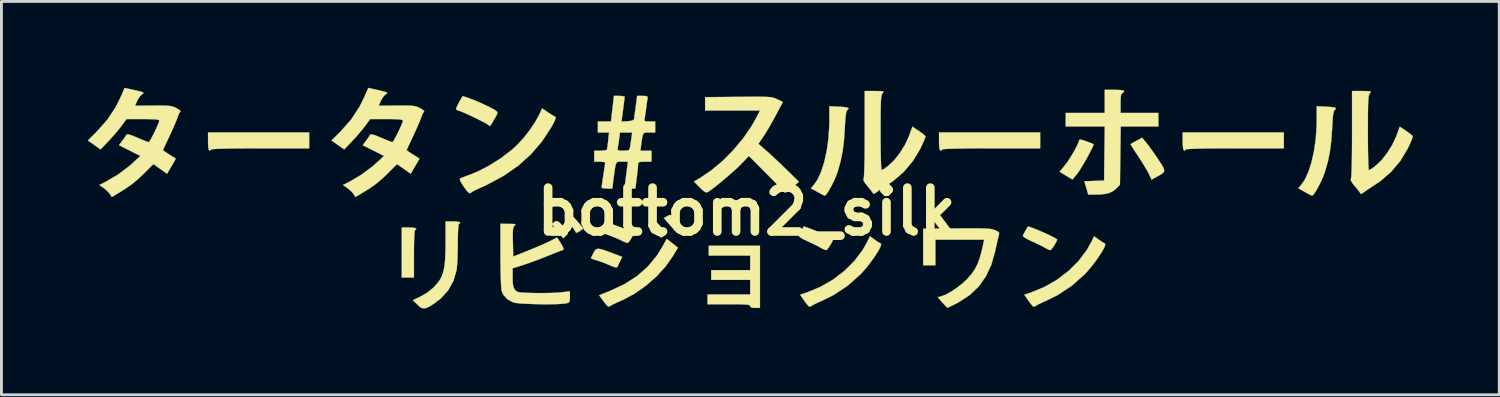
<source format=kicad_pcb>
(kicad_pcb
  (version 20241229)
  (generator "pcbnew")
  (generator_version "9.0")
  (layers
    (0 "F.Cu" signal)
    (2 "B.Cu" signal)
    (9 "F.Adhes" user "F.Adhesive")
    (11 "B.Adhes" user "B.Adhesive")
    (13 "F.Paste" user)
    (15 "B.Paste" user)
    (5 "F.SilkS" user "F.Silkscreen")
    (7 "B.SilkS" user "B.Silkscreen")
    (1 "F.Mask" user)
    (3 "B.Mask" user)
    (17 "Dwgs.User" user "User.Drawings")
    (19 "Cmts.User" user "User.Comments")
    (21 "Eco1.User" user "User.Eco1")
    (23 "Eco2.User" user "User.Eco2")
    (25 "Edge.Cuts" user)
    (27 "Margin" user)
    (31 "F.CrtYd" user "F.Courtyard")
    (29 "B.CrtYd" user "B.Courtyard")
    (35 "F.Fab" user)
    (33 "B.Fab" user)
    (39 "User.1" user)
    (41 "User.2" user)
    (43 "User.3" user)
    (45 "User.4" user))
  (footprint "bottom2_silk"
    (layer "F.Cu")
    (at 22.89 4.304)
    (property "Reference" "bottom2_silk" (at 0 0 0) (layer "F.SilkS") (effects (font (size 1.524 1.524) (thickness 0.3))))
    (attr through_hole)
    (fp_poly (pts (xy -11.591 0.557) (xy -11.499 0.574) (xy -11.472 0.593) (xy -11.505 0.634) (xy -11.515 0.635) (xy -11.53 0.676) (xy -11.543 0.797) (xy -11.551 0.993) (xy -11.556 1.258) (xy -11.557 1.46) (xy -11.557 2.286) (xy -11.98 2.286) (xy -11.98 0.55) (xy -11.726 0.55) (xy -11.591 0.557)) (stroke (width 0.01) (type solid)) (fill yes) (layer "F.SilkS"))
    (fp_poly (pts (xy -6.559 0.334) (xy -6.483 0.396) (xy -6.464 0.413) (xy -6.36 0.521) (xy -6.27 0.63) (xy -6.263 0.64) (xy -6.212 0.719) (xy -6.214 0.77) (xy -6.272 0.833) (xy -6.277 0.838) (xy -6.371 0.926) (xy -6.77 0.426) (xy -6.678 0.361) (xy -6.613 0.325) (xy -6.559 0.334)) (stroke (width 0.01) (type solid)) (fill yes) (layer "F.SilkS"))
    (fp_poly (pts (xy -15.198 -2.201) (xy -16.889 -2.201) (xy -17.352 -2.2) (xy -17.748 -2.197) (xy -18.072 -2.192) (xy -18.323 -2.185) (xy -18.496 -2.176) (xy -18.59 -2.165) (xy -18.605 -2.159) (xy -18.652 -2.114) (xy -18.686 -2.152) (xy -18.706 -2.27) (xy -18.711 -2.434) (xy -18.711 -2.752) (xy -15.198 -2.752) (xy -15.198 -2.201)) (stroke (width 0.01) (type solid)) (fill yes) (layer "F.SilkS"))
    (fp_poly (pts (xy 10.202 -2.201) (xy 8.511 -2.201) (xy 8.048 -2.2) (xy 7.652 -2.197) (xy 7.328 -2.192) (xy 7.077 -2.185) (xy 6.904 -2.176) (xy 6.81 -2.165) (xy 6.795 -2.159) (xy 6.748 -2.114) (xy 6.714 -2.152) (xy 6.694 -2.27) (xy 6.689 -2.434) (xy 6.689 -2.752) (xy 10.202 -2.752) (xy 10.202 -2.201)) (stroke (width 0.01) (type solid)) (fill yes) (layer "F.SilkS"))
    (fp_poly (pts (xy 18.669 -2.201) (xy 16.978 -2.201) (xy 16.514 -2.2) (xy 16.119 -2.197) (xy 15.794 -2.192) (xy 15.544 -2.185) (xy 15.37 -2.176) (xy 15.277 -2.165) (xy 15.261 -2.159) (xy 15.214 -2.114) (xy 15.181 -2.152) (xy 15.161 -2.27) (xy 15.155 -2.434) (xy 15.155 -2.752) (xy 18.669 -2.752) (xy 18.669 -2.201)) (stroke (width 0.01) (type solid)) (fill yes) (layer "F.SilkS"))
    (fp_poly (pts (xy -6.023 0.18) (xy -5.94 0.266) (xy -5.845 0.378) (xy -5.671 0.586) (xy -5.799 0.677) (xy -5.88 0.726) (xy -5.924 0.734) (xy -5.927 0.728) (xy -5.951 0.677) (xy -6.016 0.582) (xy -6.095 0.477) (xy -6.185 0.361) (xy -6.228 0.291) (xy -6.229 0.246) (xy -6.197 0.205) (xy -6.182 0.192) (xy -6.129 0.151) (xy -6.081 0.144) (xy -6.023 0.18)) (stroke (width 0.01) (type solid)) (fill yes) (layer "F.SilkS"))
    (fp_poly (pts (xy -3.153 0.343) (xy -3.071 0.425) (xy -3.001 0.5) (xy -2.9 0.615) (xy -2.826 0.707) (xy -2.794 0.758) (xy -2.794 0.76) (xy -2.826 0.806) (xy -2.892 0.859) (xy -2.945 0.888) (xy -2.99 0.887) (xy -3.044 0.846) (xy -3.124 0.754) (xy -3.186 0.677) (xy -3.382 0.432) (xy -3.295 0.354) (xy -3.248 0.316) (xy -3.206 0.309) (xy -3.153 0.343)) (stroke (width 0.01) (type solid)) (fill yes) (layer "F.SilkS"))
    (fp_poly (pts (xy -2.583 0.157) (xy -2.501 0.248) (xy -2.469 0.287) (xy -2.356 0.424) (xy -2.292 0.513) (xy -2.272 0.57) (xy -2.291 0.609) (xy -2.343 0.648) (xy -2.343 0.648) (xy -2.396 0.678) (xy -2.442 0.678) (xy -2.498 0.64) (xy -2.582 0.554) (xy -2.657 0.469) (xy -2.871 0.226) (xy -2.754 0.156) (xy -2.687 0.121) (xy -2.637 0.118) (xy -2.583 0.157)) (stroke (width 0.01) (type solid)) (fill yes) (layer "F.SilkS"))
    (fp_poly (pts (xy 0.466 3.344) (xy 0.296 3.344) (xy 0.179 3.334) (xy 0.13 3.299) (xy 0.127 3.281) (xy 0.116 3.258) (xy 0.076 3.241) (xy -0.003 3.229) (xy -0.134 3.222) (xy -0.327 3.218) (xy -0.592 3.217) (xy -0.614 3.217) (xy -1.355 3.217) (xy -1.355 2.879) (xy 0.127 2.879) (xy 0.127 2.371) (xy -1.228 2.371) (xy -1.228 2.032) (xy 0.127 2.032) (xy 0.127 1.524) (xy -1.312 1.524) (xy -1.312 1.185) (xy 0.466 1.185) (xy 0.466 3.344)) (stroke (width 0.01) (type solid)) (fill yes) (layer "F.SilkS"))
    (fp_poly (pts (xy -5.063 1.303) (xy -4.92 1.347) (xy -4.716 1.422) (xy -4.647 1.448) (xy -4.32 1.573) (xy -4.398 1.728) (xy -4.451 1.838) (xy -4.487 1.917) (xy -4.492 1.93) (xy -4.538 1.939) (xy -4.645 1.908) (xy -4.763 1.858) (xy -4.934 1.786) (xy -5.112 1.721) (xy -5.218 1.688) (xy -5.332 1.653) (xy -5.399 1.623) (xy -5.408 1.611) (xy -5.382 1.562) (xy -5.334 1.466) (xy -5.314 1.427) (xy -5.271 1.352) (xy -5.224 1.306) (xy -5.16 1.29) (xy -5.063 1.303)) (stroke (width 0.01) (type solid)) (fill yes) (layer "F.SilkS"))
    (fp_poly (pts (xy -4.421 0.527) (xy -4.205 0.604) (xy -4.059 0.661) (xy -3.972 0.705) (xy -3.933 0.747) (xy -3.934 0.795) (xy -3.964 0.858) (xy -3.992 0.907) (xy -4.057 1.01) (xy -4.112 1.075) (xy -4.128 1.085) (xy -4.189 1.074) (xy -4.289 1.032) (xy -4.318 1.017) (xy -4.441 0.957) (xy -4.602 0.888) (xy -4.72 0.842) (xy -4.853 0.792) (xy -4.949 0.755) (xy -4.986 0.74) (xy -4.974 0.702) (xy -4.93 0.615) (xy -4.9 0.561) (xy -4.803 0.39) (xy -4.421 0.527)) (stroke (width 0.01) (type solid)) (fill yes) (layer "F.SilkS"))
    (fp_poly (pts (xy -2.386 1.252) (xy -2.558 1.542) (xy -2.813 1.905) (xy -3.134 2.256) (xy -3.502 2.577) (xy -3.899 2.855) (xy -4.305 3.071) (xy -4.372 3.1) (xy -4.527 3.168) (xy -4.656 3.231) (xy -4.735 3.277) (xy -4.741 3.282) (xy -4.783 3.303) (xy -4.831 3.281) (xy -4.899 3.206) (xy -4.963 3.121) (xy -5.122 2.904) (xy -4.756 2.759) (xy -4.245 2.522) (xy -3.804 2.239) (xy -3.427 1.906) (xy -3.111 1.521) (xy -2.921 1.215) (xy -2.773 0.945) (xy -2.386 1.252)) (stroke (width 0.01) (type solid)) (fill yes) (layer "F.SilkS"))
    (fp_poly (pts (xy 11.68 -2.487) (xy 11.8 -2.446) (xy 11.931 -2.397) (xy 12.024 -2.36) (xy 12.058 -2.345) (xy 12.05 -2.303) (xy 12.006 -2.204) (xy 11.936 -2.065) (xy 11.848 -1.902) (xy 11.751 -1.731) (xy 11.655 -1.567) (xy 11.566 -1.426) (xy 11.496 -1.325) (xy 11.484 -1.31) (xy 11.324 -1.117) (xy 10.878 -1.385) (xy 11.065 -1.613) (xy 11.162 -1.743) (xy 11.267 -1.905) (xy 11.37 -2.078) (xy 11.46 -2.244) (xy 11.526 -2.383) (xy 11.556 -2.475) (xy 11.557 -2.486) (xy 11.587 -2.506) (xy 11.68 -2.487)) (stroke (width 0.01) (type solid)) (fill yes) (layer "F.SilkS"))
    (fp_poly (pts (xy 13.882 -2.405) (xy 13.962 -2.301) (xy 14.073 -2.15) (xy 14.198 -1.972) (xy 14.292 -1.833) (xy 14.413 -1.651) (xy 14.488 -1.524) (xy 14.516 -1.437) (xy 14.497 -1.372) (xy 14.43 -1.314) (xy 14.315 -1.246) (xy 14.266 -1.219) (xy 14.076 -1.112) (xy 13.979 -1.315) (xy 13.914 -1.435) (xy 13.817 -1.601) (xy 13.7 -1.787) (xy 13.607 -1.929) (xy 13.501 -2.091) (xy 13.415 -2.224) (xy 13.36 -2.314) (xy 13.344 -2.348) (xy 13.385 -2.371) (xy 13.476 -2.422) (xy 13.55 -2.462) (xy 13.744 -2.569) (xy 13.882 -2.405)) (stroke (width 0.01) (type solid)) (fill yes) (layer "F.SilkS"))
    (fp_poly (pts (xy 2.171 0.575) (xy 2.302 0.626) (xy 2.459 0.692) (xy 2.625 0.767) (xy 2.78 0.841) (xy 2.907 0.906) (xy 2.987 0.952) (xy 3.005 0.97) (xy 2.983 1.031) (xy 2.93 1.127) (xy 2.865 1.229) (xy 2.805 1.309) (xy 2.773 1.337) (xy 2.712 1.323) (xy 2.616 1.276) (xy 2.589 1.26) (xy 2.482 1.201) (xy 2.328 1.125) (xy 2.155 1.045) (xy 2.124 1.031) (xy 1.966 0.955) (xy 1.858 0.89) (xy 1.813 0.843) (xy 1.813 0.836) (xy 1.843 0.767) (xy 1.9 0.665) (xy 1.91 0.648) (xy 1.993 0.513) (xy 2.171 0.575)) (stroke (width 0.01) (type solid)) (fill yes) (layer "F.SilkS"))
    (fp_poly (pts (xy 9.961 0.575) (xy 10.092 0.626) (xy 10.249 0.692) (xy 10.414 0.767) (xy 10.569 0.841) (xy 10.696 0.906) (xy 10.776 0.952) (xy 10.794 0.97) (xy 10.772 1.031) (xy 10.719 1.127) (xy 10.654 1.229) (xy 10.594 1.309) (xy 10.562 1.337) (xy 10.502 1.323) (xy 10.405 1.276) (xy 10.379 1.26) (xy 10.272 1.201) (xy 10.117 1.125) (xy 9.945 1.045) (xy 9.913 1.031) (xy 9.755 0.955) (xy 9.647 0.89) (xy 9.603 0.843) (xy 9.602 0.836) (xy 9.633 0.767) (xy 9.689 0.665) (xy 9.7 0.648) (xy 9.783 0.513) (xy 9.961 0.575)) (stroke (width 0.01) (type solid)) (fill yes) (layer "F.SilkS"))
    (fp_poly (pts (xy -9.64 -3.94) (xy -9.478 -3.879) (xy -9.289 -3.799) (xy -9.094 -3.711) (xy -8.916 -3.625) (xy -8.777 -3.551) (xy -8.706 -3.506) (xy -8.667 -3.469) (xy -8.658 -3.426) (xy -8.684 -3.356) (xy -8.75 -3.239) (xy -8.764 -3.215) (xy -8.842 -3.081) (xy -8.889 -3.006) (xy -8.915 -2.977) (xy -8.934 -2.981) (xy -8.956 -3.003) (xy -9.016 -3.043) (xy -9.134 -3.108) (xy -9.291 -3.189) (xy -9.467 -3.276) (xy -9.642 -3.36) (xy -9.798 -3.43) (xy -9.915 -3.479) (xy -9.959 -3.494) (xy -10.05 -3.525) (xy -10.094 -3.553) (xy -10.085 -3.602) (xy -10.041 -3.701) (xy -9.989 -3.8) (xy -9.864 -4.017) (xy -9.64 -3.94)) (stroke (width 0.01) (type solid)) (fill yes) (layer "F.SilkS"))
    (fp_poly (pts (xy 4.454 0.975) (xy 4.561 1.05) (xy 4.644 1.1) (xy 4.667 1.111) (xy 4.677 1.153) (xy 4.64 1.248) (xy 4.567 1.382) (xy 4.464 1.543) (xy 4.34 1.719) (xy 4.204 1.897) (xy 4.064 2.064) (xy 3.958 2.178) (xy 3.512 2.574) (xy 3.026 2.896) (xy 2.646 3.084) (xy 2.484 3.156) (xy 2.347 3.223) (xy 2.259 3.273) (xy 2.243 3.284) (xy 2.202 3.304) (xy 2.156 3.283) (xy 2.09 3.209) (xy 2.021 3.112) (xy 1.862 2.886) (xy 2.085 2.813) (xy 2.556 2.62) (xy 2.999 2.366) (xy 3.402 2.058) (xy 3.753 1.708) (xy 4.041 1.324) (xy 4.193 1.052) (xy 4.288 0.855) (xy 4.454 0.975)) (stroke (width 0.01) (type solid)) (fill yes) (layer "F.SilkS"))
    (fp_poly (pts (xy 12.243 0.975) (xy 12.351 1.05) (xy 12.434 1.1) (xy 12.456 1.111) (xy 12.466 1.153) (xy 12.43 1.248) (xy 12.356 1.382) (xy 12.253 1.543) (xy 12.129 1.719) (xy 11.993 1.897) (xy 11.853 2.064) (xy 11.748 2.178) (xy 11.301 2.574) (xy 10.815 2.896) (xy 10.435 3.084) (xy 10.273 3.156) (xy 10.137 3.223) (xy 10.048 3.273) (xy 10.033 3.284) (xy 9.991 3.304) (xy 9.945 3.283) (xy 9.88 3.209) (xy 9.81 3.112) (xy 9.652 2.886) (xy 9.874 2.813) (xy 10.346 2.62) (xy 10.789 2.366) (xy 11.192 2.058) (xy 11.543 1.708) (xy 11.83 1.324) (xy 11.982 1.052) (xy 12.078 0.855) (xy 12.243 0.975)) (stroke (width 0.01) (type solid)) (fill yes) (layer "F.SilkS"))
    (fp_poly (pts (xy 12.959 -4.228) (xy 13.076 -4.214) (xy 13.123 -4.192) (xy 13.123 -4.19) (xy 13.09 -4.138) (xy 13.06 -4.122) (xy 13.026 -4.088) (xy 13.006 -4.009) (xy 12.997 -3.869) (xy 12.996 -3.763) (xy 12.996 -3.429) (xy 14.309 -3.429) (xy 14.309 -2.963) (xy 13.001 -2.963) (xy 12.988 -1.95) (xy 12.975 -0.937) (xy 12.851 -0.807) (xy 12.716 -0.7) (xy 12.549 -0.632) (xy 12.33 -0.599) (xy 12.15 -0.593) (xy 11.874 -0.593) (xy 11.806 -0.824) (xy 11.738 -1.055) (xy 12.082 -1.067) (xy 12.425 -1.079) (xy 12.436 -2.021) (xy 12.448 -2.963) (xy 11.091 -2.963) (xy 11.091 -3.429) (xy 12.446 -3.429) (xy 12.446 -4.233) (xy 12.785 -4.233) (xy 12.959 -4.228)) (stroke (width 0.01) (type solid)) (fill yes) (layer "F.SilkS"))
    (fp_poly (pts (xy 3.164 -3.649) (xy 3.364 -3.637) (xy 3.487 -3.621) (xy 3.542 -3.598) (xy 3.536 -3.566) (xy 3.51 -3.542) (xy 3.481 -3.504) (xy 3.459 -3.43) (xy 3.441 -3.307) (xy 3.427 -3.122) (xy 3.415 -2.9) (xy 3.385 -2.47) (xy 3.339 -2.098) (xy 3.27 -1.758) (xy 3.176 -1.422) (xy 3.153 -1.353) (xy 3.093 -1.194) (xy 3.016 -1.023) (xy 2.931 -0.856) (xy 2.848 -0.712) (xy 2.776 -0.606) (xy 2.726 -0.557) (xy 2.717 -0.555) (xy 2.667 -0.577) (xy 2.568 -0.629) (xy 2.463 -0.686) (xy 2.237 -0.813) (xy 2.32 -0.904) (xy 2.464 -1.108) (xy 2.591 -1.384) (xy 2.699 -1.719) (xy 2.784 -2.101) (xy 2.843 -2.517) (xy 2.874 -2.956) (xy 2.878 -3.175) (xy 2.878 -3.662) (xy 3.164 -3.649)) (stroke (width 0.01) (type solid)) (fill yes) (layer "F.SilkS"))
    (fp_poly (pts (xy 20.098 -3.649) (xy 20.297 -3.637) (xy 20.42 -3.621) (xy 20.475 -3.598) (xy 20.47 -3.566) (xy 20.443 -3.542) (xy 20.414 -3.504) (xy 20.392 -3.43) (xy 20.375 -3.307) (xy 20.36 -3.122) (xy 20.348 -2.9) (xy 20.319 -2.47) (xy 20.272 -2.098) (xy 20.204 -1.758) (xy 20.109 -1.422) (xy 20.087 -1.353) (xy 20.026 -1.194) (xy 19.949 -1.023) (xy 19.864 -0.856) (xy 19.781 -0.712) (xy 19.71 -0.606) (xy 19.659 -0.557) (xy 19.65 -0.555) (xy 19.601 -0.577) (xy 19.501 -0.629) (xy 19.396 -0.686) (xy 19.171 -0.813) (xy 19.254 -0.904) (xy 19.397 -1.108) (xy 19.524 -1.384) (xy 19.632 -1.719) (xy 19.717 -2.101) (xy 19.777 -2.517) (xy 19.808 -2.956) (xy 19.812 -3.175) (xy 19.812 -3.662) (xy 20.098 -3.649)) (stroke (width 0.01) (type solid)) (fill yes) (layer "F.SilkS"))
    (fp_poly (pts (xy -10.067 0.345) (xy -9.975 0.362) (xy -9.948 0.381) (xy -9.981 0.422) (xy -9.991 0.423) (xy -10.007 0.465) (xy -10.02 0.584) (xy -10.029 0.775) (xy -10.033 1.031) (xy -10.033 1.116) (xy -10.036 1.37) (xy -10.043 1.612) (xy -10.054 1.822) (xy -10.068 1.979) (xy -10.076 2.034) (xy -10.185 2.406) (xy -10.365 2.731) (xy -10.616 3.01) (xy -10.864 3.199) (xy -11.035 3.304) (xy -11.16 3.356) (xy -11.258 3.358) (xy -11.349 3.311) (xy -11.436 3.231) (xy -11.59 3.076) (xy -11.345 2.96) (xy -11.086 2.809) (xy -10.857 2.62) (xy -10.683 2.415) (xy -10.665 2.387) (xy -10.592 2.25) (xy -10.538 2.097) (xy -10.499 1.915) (xy -10.474 1.689) (xy -10.461 1.405) (xy -10.457 1.069) (xy -10.456 0.339) (xy -10.202 0.339) (xy -10.067 0.345)) (stroke (width 0.01) (type solid)) (fill yes) (layer "F.SilkS"))
    (fp_poly (pts (xy -6.898 -3.449) (xy -6.778 -3.371) (xy -6.682 -3.313) (xy -6.641 -3.293) (xy -6.633 -3.248) (xy -6.676 -3.137) (xy -6.769 -2.96) (xy -6.776 -2.946) (xy -7.105 -2.444) (xy -7.49 -1.995) (xy -7.936 -1.595) (xy -8.448 -1.241) (xy -9.03 -0.928) (xy -9.313 -0.801) (xy -9.446 -0.739) (xy -9.548 -0.681) (xy -9.588 -0.649) (xy -9.625 -0.64) (xy -9.684 -0.686) (xy -9.773 -0.796) (xy -9.814 -0.853) (xy -9.898 -0.981) (xy -9.951 -1.082) (xy -9.965 -1.139) (xy -9.962 -1.143) (xy -9.902 -1.175) (xy -9.796 -1.216) (xy -9.758 -1.229) (xy -9.36 -1.384) (xy -8.945 -1.598) (xy -8.54 -1.854) (xy -8.17 -2.136) (xy -7.958 -2.329) (xy -7.74 -2.567) (xy -7.527 -2.841) (xy -7.339 -3.122) (xy -7.196 -3.383) (xy -7.182 -3.413) (xy -7.104 -3.587) (xy -6.898 -3.449)) (stroke (width 0.01) (type solid)) (fill yes) (layer "F.SilkS"))
    (fp_poly (pts (xy 8.149 0.582) (xy 8.312 0.587) (xy 8.433 0.596) (xy 8.522 0.609) (xy 8.59 0.627) (xy 8.633 0.643) (xy 8.736 0.692) (xy 8.777 0.737) (xy 8.772 0.803) (xy 8.764 0.833) (xy 8.739 0.926) (xy 8.704 1.076) (xy 8.663 1.26) (xy 8.64 1.371) (xy 8.507 1.842) (xy 8.315 2.252) (xy 8.063 2.605) (xy 7.749 2.902) (xy 7.37 3.148) (xy 7.338 3.165) (xy 7.186 3.243) (xy 7.064 3.303) (xy 6.991 3.336) (xy 6.979 3.34) (xy 6.945 3.309) (xy 6.873 3.232) (xy 6.804 3.155) (xy 6.644 2.973) (xy 6.762 2.944) (xy 6.92 2.884) (xy 7.114 2.776) (xy 7.321 2.638) (xy 7.517 2.483) (xy 7.665 2.343) (xy 7.816 2.171) (xy 7.936 1.999) (xy 8.032 1.809) (xy 8.113 1.583) (xy 8.186 1.303) (xy 8.237 1.069) (xy 8.257 0.974) (xy 6.562 0.974) (xy 6.562 1.863) (xy 6.138 1.863) (xy 6.138 0.595) (xy 7.302 0.583) (xy 7.655 0.58) (xy 7.934 0.58) (xy 8.149 0.582)) (stroke (width 0.01) (type solid)) (fill yes) (layer "F.SilkS"))
    (fp_poly (pts (xy 0.535 -3.993) (xy 0.691 -3.988) (xy 0.806 -3.981) (xy 0.892 -3.968) (xy 0.96 -3.951) (xy 1.02 -3.927) (xy 1.065 -3.906) (xy 1.262 -3.812) (xy 1.011 -3.338) (xy 0.895 -3.127) (xy 0.774 -2.915) (xy 0.663 -2.729) (xy 0.586 -2.609) (xy 0.412 -2.355) (xy 0.682 -2.121) (xy 0.817 -2.001) (xy 0.991 -1.84) (xy 1.182 -1.66) (xy 1.368 -1.48) (xy 1.386 -1.462) (xy 1.82 -1.037) (xy 1.583 -0.83) (xy 1.455 -0.723) (xy 1.373 -0.67) (xy 1.325 -0.666) (xy 1.31 -0.681) (xy 1.27 -0.727) (xy 1.18 -0.824) (xy 1.049 -0.959) (xy 0.888 -1.125) (xy 0.705 -1.309) (xy 0.677 -1.337) (xy 0.08 -1.935) (xy -0.182 -1.66) (xy -0.305 -1.538) (xy -0.467 -1.391) (xy -0.651 -1.229) (xy -0.843 -1.067) (xy -1.027 -0.916) (xy -1.187 -0.792) (xy -1.308 -0.705) (xy -1.349 -0.68) (xy -1.402 -0.669) (xy -1.467 -0.698) (xy -1.56 -0.777) (xy -1.626 -0.843) (xy -1.827 -1.047) (xy -1.622 -1.165) (xy -1.23 -1.429) (xy -0.837 -1.758) (xy -0.462 -2.135) (xy -0.121 -2.542) (xy 0.169 -2.962) (xy 0.309 -3.207) (xy 0.47 -3.514) (xy -1.439 -3.514) (xy -1.439 -3.978) (xy -0.286 -3.989) (xy 0.058 -3.992) (xy 0.328 -3.994) (xy 0.535 -3.993)) (stroke (width 0.01) (type solid)) (fill yes) (layer "F.SilkS"))
    (fp_poly (pts (xy 4.62 -4.19) (xy 4.717 -4.184) (xy 4.757 -4.17) (xy 4.752 -4.144) (xy 4.727 -4.114) (xy 4.707 -4.084) (xy 4.691 -4.037) (xy 4.679 -3.964) (xy 4.67 -3.856) (xy 4.664 -3.703) (xy 4.66 -3.497) (xy 4.658 -3.228) (xy 4.657 -2.887) (xy 4.657 -2.738) (xy 4.658 -2.416) (xy 4.661 -2.123) (xy 4.666 -1.87) (xy 4.672 -1.666) (xy 4.68 -1.521) (xy 4.688 -1.447) (xy 4.692 -1.439) (xy 4.742 -1.464) (xy 4.835 -1.526) (xy 4.931 -1.598) (xy 5.131 -1.788) (xy 5.327 -2.036) (xy 5.502 -2.316) (xy 5.637 -2.603) (xy 5.651 -2.642) (xy 5.765 -2.953) (xy 5.983 -2.806) (xy 6.101 -2.723) (xy 6.185 -2.654) (xy 6.217 -2.619) (xy 6.205 -2.567) (xy 6.162 -2.456) (xy 6.094 -2.306) (xy 6.034 -2.18) (xy 5.781 -1.761) (xy 5.466 -1.386) (xy 5.101 -1.069) (xy 4.953 -0.968) (xy 4.793 -0.865) (xy 4.647 -0.767) (xy 4.54 -0.692) (xy 4.519 -0.676) (xy 4.443 -0.626) (xy 4.404 -0.618) (xy 4.403 -0.622) (xy 4.377 -0.67) (xy 4.308 -0.76) (xy 4.213 -0.875) (xy 4.211 -0.876) (xy 4.119 -0.992) (xy 4.067 -1.079) (xy 4.063 -1.121) (xy 4.076 -1.172) (xy 4.086 -1.304) (xy 4.095 -1.517) (xy 4.101 -1.808) (xy 4.105 -2.174) (xy 4.106 -2.613) (xy 4.106 -2.669) (xy 4.106 -4.191) (xy 4.452 -4.191) (xy 4.62 -4.19)) (stroke (width 0.01) (type solid)) (fill yes) (layer "F.SilkS"))
    (fp_poly (pts (xy 21.553 -4.19) (xy 21.651 -4.184) (xy 21.69 -4.17) (xy 21.686 -4.144) (xy 21.66 -4.114) (xy 21.64 -4.084) (xy 21.624 -4.037) (xy 21.612 -3.964) (xy 21.603 -3.856) (xy 21.597 -3.703) (xy 21.593 -3.497) (xy 21.591 -3.228) (xy 21.59 -2.887) (xy 21.59 -2.738) (xy 21.591 -2.416) (xy 21.594 -2.123) (xy 21.599 -1.87) (xy 21.605 -1.666) (xy 21.613 -1.521) (xy 21.621 -1.447) (xy 21.625 -1.439) (xy 21.675 -1.464) (xy 21.769 -1.526) (xy 21.865 -1.598) (xy 22.064 -1.788) (xy 22.26 -2.036) (xy 22.435 -2.316) (xy 22.57 -2.603) (xy 22.585 -2.642) (xy 22.698 -2.953) (xy 22.917 -2.806) (xy 23.034 -2.723) (xy 23.119 -2.654) (xy 23.15 -2.619) (xy 23.138 -2.567) (xy 23.095 -2.456) (xy 23.028 -2.306) (xy 22.967 -2.18) (xy 22.715 -1.761) (xy 22.399 -1.386) (xy 22.034 -1.069) (xy 21.886 -0.968) (xy 21.727 -0.865) (xy 21.581 -0.767) (xy 21.474 -0.692) (xy 21.452 -0.676) (xy 21.376 -0.626) (xy 21.337 -0.618) (xy 21.336 -0.622) (xy 21.31 -0.67) (xy 21.242 -0.76) (xy 21.146 -0.875) (xy 21.145 -0.876) (xy 21.053 -0.992) (xy 21 -1.079) (xy 20.997 -1.121) (xy 21.009 -1.172) (xy 21.02 -1.304) (xy 21.028 -1.517) (xy 21.034 -1.808) (xy 21.038 -2.174) (xy 21.04 -2.613) (xy 21.04 -2.669) (xy 21.04 -4.191) (xy 21.385 -4.191) (xy 21.553 -4.19)) (stroke (width 0.01) (type solid)) (fill yes) (layer "F.SilkS"))
    (fp_poly (pts (xy -8.266 0.425) (xy -8.118 0.427) (xy -8.042 0.436) (xy -8.026 0.454) (xy -8.055 0.483) (xy -8.087 0.517) (xy -8.108 0.57) (xy -8.119 0.659) (xy -8.123 0.798) (xy -8.12 1.004) (xy -8.119 1.05) (xy -8.107 1.56) (xy -7.599 1.358) (xy -7.377 1.267) (xy -7.158 1.174) (xy -6.966 1.089) (xy -6.837 1.028) (xy -6.583 0.9) (xy -6.47 1.074) (xy -6.39 1.206) (xy -6.357 1.285) (xy -6.368 1.326) (xy -6.402 1.34) (xy -6.46 1.36) (xy -6.58 1.405) (xy -6.742 1.469) (xy -6.921 1.542) (xy -7.153 1.634) (xy -7.403 1.728) (xy -7.634 1.81) (xy -7.757 1.851) (xy -8.128 1.968) (xy -8.128 2.292) (xy -8.123 2.476) (xy -8.105 2.599) (xy -8.069 2.684) (xy -8.047 2.715) (xy -8.011 2.755) (xy -7.967 2.782) (xy -7.901 2.801) (xy -7.798 2.813) (xy -7.643 2.821) (xy -7.421 2.827) (xy -7.359 2.828) (xy -7.109 2.83) (xy -6.858 2.827) (xy -6.634 2.819) (xy -6.464 2.806) (xy -6.445 2.804) (xy -6.138 2.767) (xy -6.138 2.965) (xy -6.142 3.086) (xy -6.164 3.148) (xy -6.223 3.176) (xy -6.297 3.19) (xy -6.435 3.205) (xy -6.63 3.214) (xy -6.864 3.218) (xy -7.119 3.217) (xy -7.378 3.212) (xy -7.623 3.203) (xy -7.837 3.191) (xy -8.001 3.175) (xy -8.099 3.156) (xy -8.1 3.156) (xy -8.31 3.044) (xy -8.453 2.886) (xy -8.509 2.755) (xy -8.52 2.672) (xy -8.531 2.517) (xy -8.539 2.305) (xy -8.546 2.048) (xy -8.55 1.759) (xy -8.551 1.513) (xy -8.551 0.423) (xy -8.266 0.425)) (stroke (width 0.01) (type solid)) (fill yes) (layer "F.SilkS"))
    (fp_poly (pts (xy -12.787 -4.219) (xy -12.618 -4.18) (xy -12.521 -4.151) (xy -12.484 -4.128) (xy -12.497 -4.105) (xy -12.526 -4.087) (xy -12.603 -4.018) (xy -12.679 -3.904) (xy -12.702 -3.858) (xy -12.782 -3.68) (xy -12.154 -3.685) (xy -11.905 -3.686) (xy -11.724 -3.683) (xy -11.593 -3.675) (xy -11.496 -3.658) (xy -11.417 -3.632) (xy -11.345 -3.598) (xy -11.249 -3.54) (xy -11.203 -3.494) (xy -11.206 -3.478) (xy -11.244 -3.423) (xy -11.289 -3.319) (xy -11.302 -3.281) (xy -11.341 -3.176) (xy -11.408 -3.017) (xy -11.493 -2.825) (xy -11.583 -2.629) (xy -11.669 -2.446) (xy -11.741 -2.293) (xy -11.79 -2.184) (xy -11.811 -2.136) (xy -11.811 -2.135) (xy -11.778 -2.108) (xy -11.693 -2.05) (xy -11.587 -1.982) (xy -11.363 -1.841) (xy -11.516 -1.579) (xy -11.669 -1.317) (xy -12.143 -1.653) (xy -12.453 -1.344) (xy -12.675 -1.132) (xy -12.883 -0.959) (xy -13.109 -0.8) (xy -13.368 -0.641) (xy -13.589 -0.51) (xy -13.659 -0.618) (xy -13.742 -0.714) (xy -13.855 -0.81) (xy -13.876 -0.825) (xy -14.022 -0.925) (xy -13.795 -1.04) (xy -13.382 -1.283) (xy -12.986 -1.58) (xy -12.84 -1.71) (xy -12.596 -1.937) (xy -13.337 -2.309) (xy -13.227 -2.456) (xy -13.151 -2.562) (xy -13.094 -2.645) (xy -13.084 -2.662) (xy -13.053 -2.684) (xy -12.99 -2.678) (xy -12.88 -2.643) (xy -12.71 -2.573) (xy -12.694 -2.566) (xy -12.533 -2.499) (xy -12.403 -2.447) (xy -12.321 -2.417) (xy -12.305 -2.413) (xy -12.274 -2.448) (xy -12.219 -2.541) (xy -12.151 -2.671) (xy -12.079 -2.818) (xy -12.012 -2.961) (xy -11.963 -3.08) (xy -11.939 -3.154) (xy -11.938 -3.162) (xy -11.957 -3.185) (xy -12.023 -3.202) (xy -12.145 -3.212) (xy -12.333 -3.216) (xy -12.508 -3.217) (xy -13.078 -3.217) (xy -13.257 -2.974) (xy -13.374 -2.825) (xy -13.522 -2.65) (xy -13.675 -2.481) (xy -13.708 -2.447) (xy -13.98 -2.163) (xy -14.2 -2.318) (xy -14.419 -2.474) (xy -14.099 -2.793) (xy -13.736 -3.204) (xy -13.445 -3.649) (xy -13.278 -3.988) (xy -13.143 -4.299) (xy -12.787 -4.219)) (stroke (width 0.01) (type solid)) (fill yes) (layer "F.SilkS"))
    (fp_poly (pts (xy -21.253 -4.219) (xy -21.084 -4.18) (xy -20.987 -4.151) (xy -20.951 -4.128) (xy -20.963 -4.105) (xy -20.993 -4.087) (xy -21.069 -4.018) (xy -21.146 -3.904) (xy -21.169 -3.858) (xy -21.249 -3.68) (xy -20.621 -3.685) (xy -20.372 -3.686) (xy -20.19 -3.683) (xy -20.06 -3.675) (xy -19.963 -3.658) (xy -19.884 -3.632) (xy -19.812 -3.598) (xy -19.715 -3.54) (xy -19.669 -3.494) (xy -19.672 -3.478) (xy -19.711 -3.423) (xy -19.756 -3.319) (xy -19.769 -3.281) (xy -19.808 -3.176) (xy -19.875 -3.017) (xy -19.959 -2.825) (xy -20.05 -2.629) (xy -20.136 -2.446) (xy -20.207 -2.293) (xy -20.257 -2.184) (xy -20.277 -2.136) (xy -20.278 -2.135) (xy -20.245 -2.108) (xy -20.159 -2.05) (xy -20.054 -1.982) (xy -19.83 -1.841) (xy -19.983 -1.579) (xy -20.136 -1.317) (xy -20.373 -1.485) (xy -20.61 -1.653) (xy -20.92 -1.344) (xy -21.142 -1.132) (xy -21.35 -0.959) (xy -21.576 -0.8) (xy -21.834 -0.641) (xy -22.055 -0.51) (xy -22.126 -0.618) (xy -22.209 -0.714) (xy -22.321 -0.81) (xy -22.343 -0.825) (xy -22.489 -0.925) (xy -22.262 -1.04) (xy -21.849 -1.283) (xy -21.453 -1.58) (xy -21.306 -1.71) (xy -21.063 -1.937) (xy -21.804 -2.309) (xy -21.694 -2.456) (xy -21.618 -2.562) (xy -21.561 -2.645) (xy -21.551 -2.662) (xy -21.52 -2.684) (xy -21.456 -2.678) (xy -21.347 -2.643) (xy -21.176 -2.573) (xy -21.16 -2.566) (xy -21 -2.499) (xy -20.87 -2.447) (xy -20.788 -2.417) (xy -20.772 -2.413) (xy -20.741 -2.448) (xy -20.686 -2.541) (xy -20.617 -2.671) (xy -20.545 -2.818) (xy -20.479 -2.961) (xy -20.429 -3.08) (xy -20.405 -3.154) (xy -20.405 -3.162) (xy -20.424 -3.185) (xy -20.489 -3.202) (xy -20.611 -3.212) (xy -20.8 -3.216) (xy -20.975 -3.217) (xy -21.545 -3.217) (xy -21.724 -2.974) (xy -21.84 -2.825) (xy -21.989 -2.65) (xy -22.142 -2.481) (xy -22.175 -2.447) (xy -22.447 -2.163) (xy -22.666 -2.318) (xy -22.885 -2.474) (xy -22.565 -2.793) (xy -22.203 -3.204) (xy -21.912 -3.649) (xy -21.745 -3.988) (xy -21.61 -4.299) (xy -21.253 -4.219)) (stroke (width 0.01) (type solid)) (fill yes) (layer "F.SilkS"))
    (fp_poly (pts (xy -4.308 -4.015) (xy -4.242 -3.999) (xy -4.235 -3.99) (xy -4.241 -3.937) (xy -4.255 -3.819) (xy -4.276 -3.658) (xy -4.291 -3.543) (xy -4.346 -3.129) (xy -4.131 -3.141) (xy -3.989 -3.159) (xy -3.919 -3.193) (xy -3.908 -3.217) (xy -3.899 -3.286) (xy -3.882 -3.416) (xy -3.86 -3.582) (xy -3.85 -3.651) (xy -3.801 -4.022) (xy -3.612 -4.022) (xy -3.496 -4.018) (xy -3.444 -4) (xy -3.437 -3.951) (xy -3.444 -3.905) (xy -3.462 -3.792) (xy -3.483 -3.643) (xy -3.491 -3.577) (xy -3.511 -3.426) (xy -3.532 -3.291) (xy -3.54 -3.249) (xy -3.549 -3.178) (xy -3.526 -3.144) (xy -3.45 -3.133) (xy -3.369 -3.133) (xy -3.175 -3.133) (xy -3.175 -2.752) (xy -3.383 -2.752) (xy -3.482 -2.751) (xy -3.548 -2.739) (xy -3.59 -2.7) (xy -3.617 -2.62) (xy -3.64 -2.483) (xy -3.662 -2.318) (xy -3.688 -2.117) (xy -3.302 -2.117) (xy -3.302 -1.736) (xy -3.535 -1.736) (xy -3.669 -1.732) (xy -3.738 -1.717) (xy -3.765 -1.682) (xy -3.768 -1.643) (xy -3.773 -1.56) (xy -3.787 -1.419) (xy -3.807 -1.245) (xy -3.816 -1.178) (xy -3.863 -0.804) (xy -4.048 -0.804) (xy -4.178 -0.816) (xy -4.231 -0.849) (xy -4.232 -0.857) (xy -4.226 -0.92) (xy -4.211 -1.046) (xy -4.19 -1.213) (xy -4.176 -1.323) (xy -4.121 -1.736) (xy -4.325 -1.736) (xy -4.413 -1.736) (xy -4.474 -1.728) (xy -4.516 -1.699) (xy -4.546 -1.635) (xy -4.569 -1.523) (xy -4.594 -1.351) (xy -4.617 -1.175) (xy -4.665 -0.804) (xy -4.852 -0.804) (xy -4.963 -0.811) (xy -5.029 -0.827) (xy -5.037 -0.836) (xy -5.03 -0.889) (xy -5.014 -1.006) (xy -4.99 -1.166) (xy -4.974 -1.27) (xy -4.947 -1.446) (xy -4.926 -1.591) (xy -4.914 -1.683) (xy -4.911 -1.704) (xy -4.949 -1.723) (xy -5.044 -1.734) (xy -5.101 -1.736) (xy -5.292 -1.736) (xy -5.292 -2.117) (xy -5.082 -2.117) (xy -4.958 -2.123) (xy -4.874 -2.138) (xy -4.855 -2.148) (xy -4.851 -2.164) (xy -4.481 -2.164) (xy -4.459 -2.13) (xy -4.389 -2.118) (xy -4.282 -2.117) (xy -4.156 -2.121) (xy -4.089 -2.14) (xy -4.059 -2.187) (xy -4.049 -2.233) (xy -4.03 -2.348) (xy -4.008 -2.497) (xy -4.001 -2.551) (xy -3.974 -2.752) (xy -4.397 -2.752) (xy -4.424 -2.551) (xy -4.445 -2.402) (xy -4.466 -2.269) (xy -4.472 -2.233) (xy -4.481 -2.164) (xy -4.851 -2.164) (xy -4.841 -2.204) (xy -4.824 -2.319) (xy -4.807 -2.466) (xy -4.777 -2.752) (xy -4.971 -2.752) (xy -5.165 -2.752) (xy -5.165 -3.133) (xy -4.938 -3.133) (xy -4.711 -3.133) (xy -4.659 -3.577) (xy -4.606 -4.022) (xy -4.42 -4.022) (xy -4.308 -4.015)) (stroke (width 0.01) (type solid)) (fill yes) (layer "F.SilkS")))
  (gr_rect
    (start -3 -3)
    (end 49.045 10.667)
    (stroke (width 0.1) (type default))
    (fill no)
    (layer "Edge.Cuts")))
</source>
